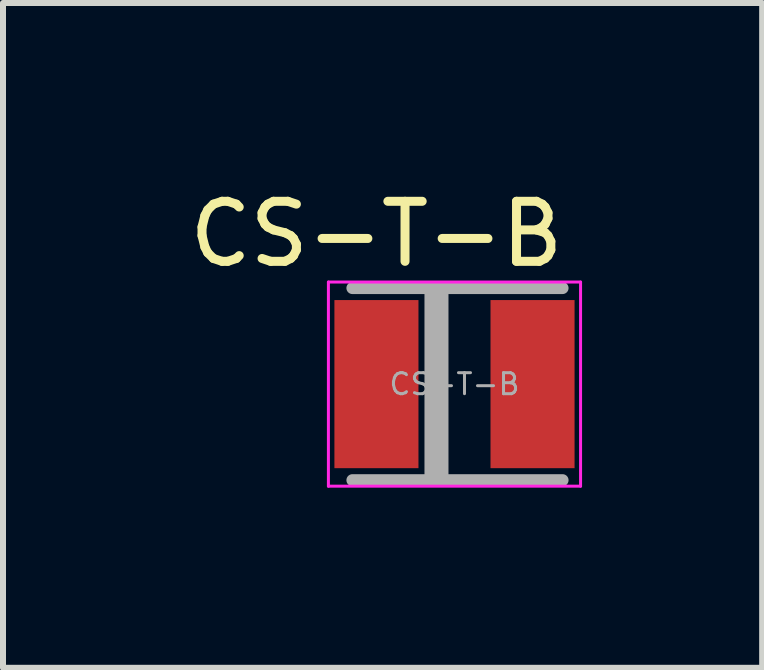
<source format=kicad_pcb>
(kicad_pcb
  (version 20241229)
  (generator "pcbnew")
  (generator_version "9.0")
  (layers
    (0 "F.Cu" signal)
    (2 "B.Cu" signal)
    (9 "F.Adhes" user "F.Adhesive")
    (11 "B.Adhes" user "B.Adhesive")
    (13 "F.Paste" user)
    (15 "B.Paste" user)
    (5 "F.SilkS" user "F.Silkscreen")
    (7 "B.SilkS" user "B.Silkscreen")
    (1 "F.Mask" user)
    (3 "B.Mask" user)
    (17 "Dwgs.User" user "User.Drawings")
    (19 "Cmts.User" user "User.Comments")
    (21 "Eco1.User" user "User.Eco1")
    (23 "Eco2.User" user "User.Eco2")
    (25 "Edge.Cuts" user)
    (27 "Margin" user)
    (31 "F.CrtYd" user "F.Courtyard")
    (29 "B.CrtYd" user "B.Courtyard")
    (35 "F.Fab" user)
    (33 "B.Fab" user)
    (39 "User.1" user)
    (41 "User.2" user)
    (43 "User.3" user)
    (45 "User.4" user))
  (footprint "CS-T-B"
    (layer "F.Cu")
    (at 3.22 3.348)
    (property "Reference" "CS-T-B" (at 0 -2.5 0) (layer "F.SilkS") (effects (font (size 1 1) (thickness 0.15))))
    (attr smd)
    (fp_line (start -0.8 -1.7) (end 3.4 -1.7) (stroke (width 0.05) (type solid)) (layer "F.CrtYd"))
    (fp_line (start -0.8 1.7) (end -0.8 -1.7) (stroke (width 0.05) (type solid)) (layer "F.CrtYd"))
    (fp_line (start 3.4 -1.7) (end 3.4 1.7) (stroke (width 0.05) (type solid)) (layer "F.CrtYd"))
    (fp_line (start 3.4 1.7) (end -0.8 1.7) (stroke (width 0.05) (type solid)) (layer "F.CrtYd"))
    (fp_line (start -0.4 -1.6) (end 3.1 -1.6) (stroke (width 0.2) (type solid)) (layer "F.Fab"))
    (fp_line (start 1 1.5) (end 1 -1.5) (stroke (width 0.4) (type solid)) (layer "F.Fab"))
    (fp_line (start 3.1 1.6) (end -0.4 1.6) (stroke (width 0.2) (type solid)) (layer "F.Fab"))
    (fp_text user "${REFERENCE}" (at 1.3 0 0) (layer "F.Fab") (effects (font (size 0.35 0.35) (thickness 0.05))))
    (pad "1" smd rect (at 0 0) (size 1.4 2.8) (layers "F.Cu" "F.Mask" "F.Paste"))
    (pad "2" smd rect (at 2.6 0) (size 1.4 2.8) (layers "F.Cu" "F.Mask" "F.Paste")))
  (gr_rect
    (start -3 -3)
    (end 9.645 8.073)
    (stroke (width 0.1) (type default))
    (fill no)
    (layer "Edge.Cuts")))
</source>
